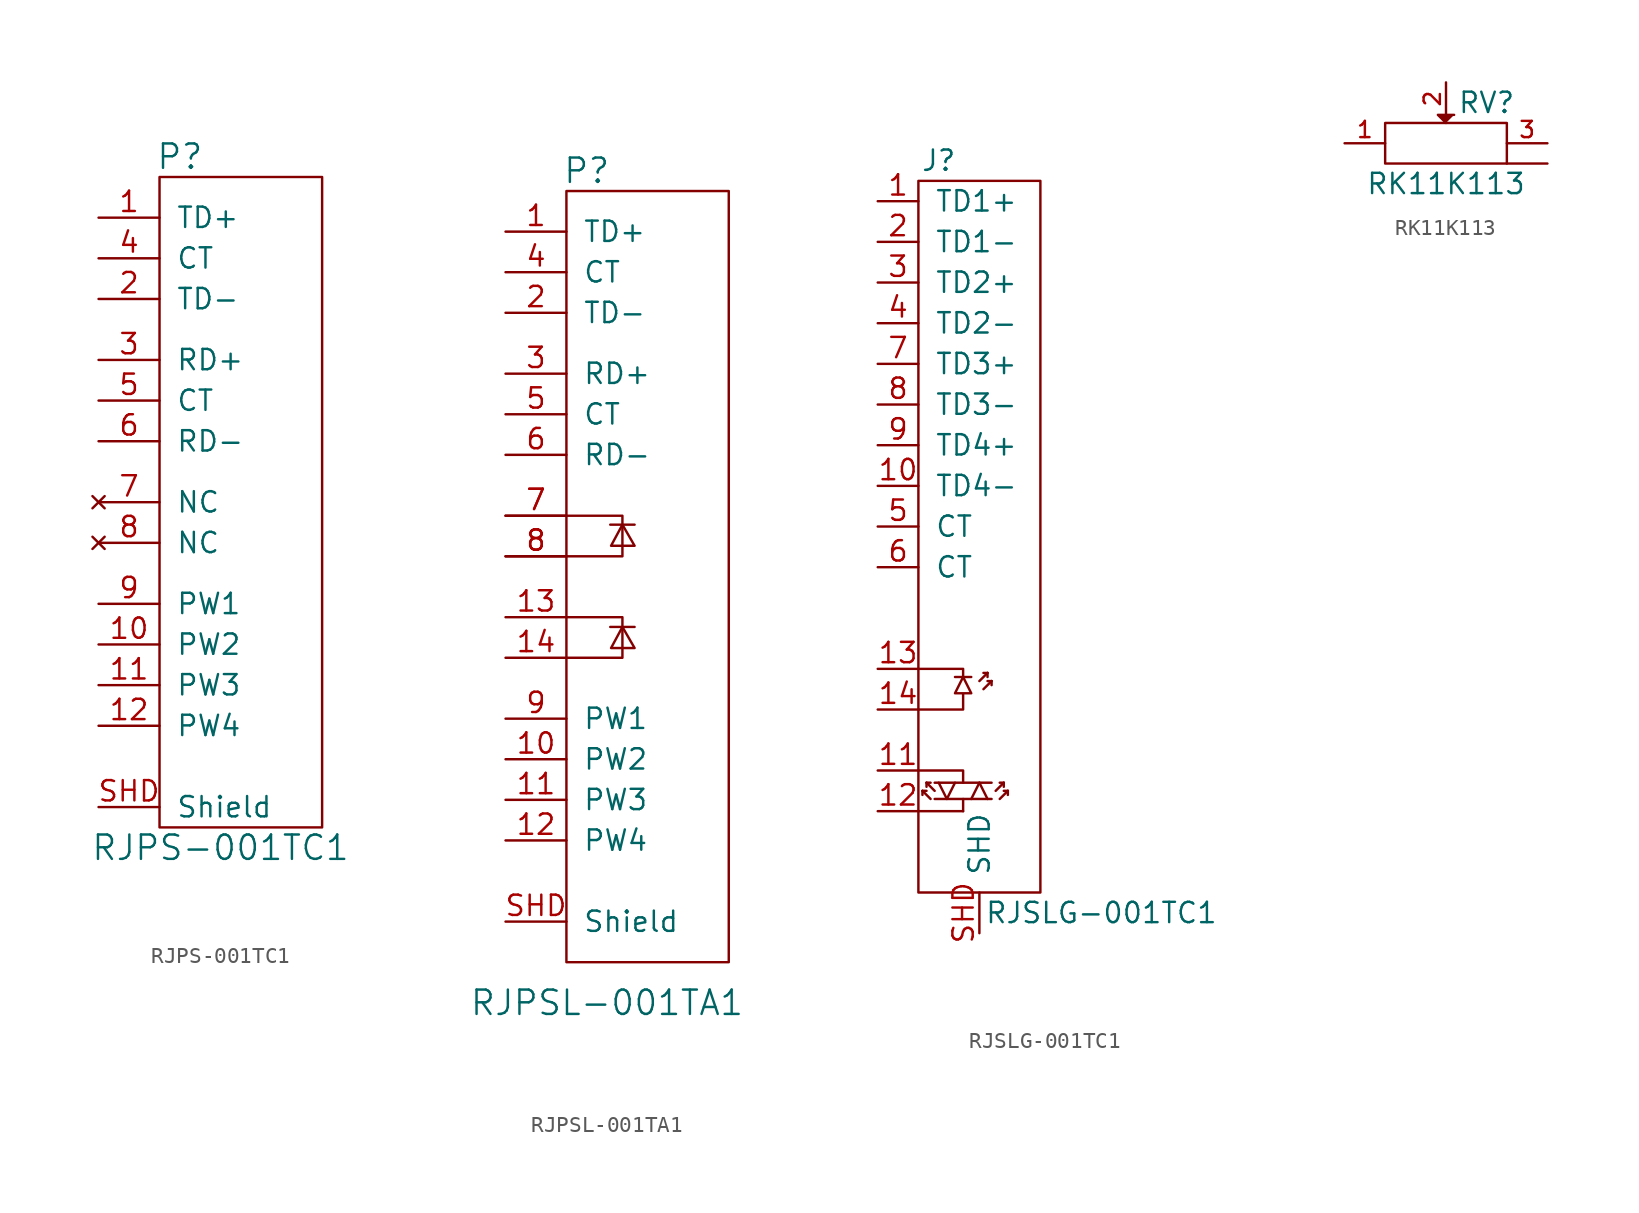
<source format=kicad_sym>
(kicad_symbol_lib
  (version 20210619)
  (generator kicad_symbol_editor)
  (symbol "tinkerforge:RJPS-001TC1"
    (pin_names
      (offset 1.016))
    (property "Reference" "P"
      (at -8.89 19.05 0)
      (effects (font (size 1.524 1.524))))
    (property "Value" "RJPS-001TC1"
      (at -6.35 -24.13 0)
      (effects (font (size 1.524 1.524))))
    (property "Footprint" ""
      (at 0 0 0)
      (effects (font (size 1.524 1.524))))
    (property "Datasheet" ""
      (at 0 0 0)
      (effects (font (size 1.524 1.524))))
    (symbol "RJPS-001TC1_0_1"
      (rectangle (start -10.16 17.78) (end 0 -22.86) (stroke (width 0)) (fill (type none))))
    (symbol "RJPS-001TC1_1_1"
      (pin passive line (at -13.97 15.24 0) (length 3.81) (name "TD+" (effects (font (size 1.27 1.27)))) (number "1" (effects (font (size 1.27 1.27)))))
      (pin passive line (at -13.97 -11.43 0) (length 3.81) (name "PW2" (effects (font (size 1.27 1.27)))) (number "10" (effects (font (size 1.27 1.27)))))
      (pin passive line (at -13.97 -13.97 0) (length 3.81) (name "PW3" (effects (font (size 1.27 1.27)))) (number "11" (effects (font (size 1.27 1.27)))))
      (pin passive line (at -13.97 -16.51 0) (length 3.81) (name "PW4" (effects (font (size 1.27 1.27)))) (number "12" (effects (font (size 1.27 1.27)))))
      (pin passive line (at -13.97 10.16 0) (length 3.81) (name "TD-" (effects (font (size 1.27 1.27)))) (number "2" (effects (font (size 1.27 1.27)))))
      (pin passive line (at -13.97 6.35 0) (length 3.81) (name "RD+" (effects (font (size 1.27 1.27)))) (number "3" (effects (font (size 1.27 1.27)))))
      (pin passive line (at -13.97 12.7 0) (length 3.81) (name "CT" (effects (font (size 1.27 1.27)))) (number "4" (effects (font (size 1.27 1.27)))))
      (pin passive line (at -13.97 3.81 0) (length 3.81) (name "CT" (effects (font (size 1.27 1.27)))) (number "5" (effects (font (size 1.27 1.27)))))
      (pin passive line (at -13.97 1.27 0) (length 3.81) (name "RD-" (effects (font (size 1.27 1.27)))) (number "6" (effects (font (size 1.27 1.27)))))
      (pin no_connect line (at -13.97 -2.54 0) (length 3.81) (name "NC" (effects (font (size 1.27 1.27)))) (number "7" (effects (font (size 1.27 1.27)))))
      (pin no_connect line (at -13.97 -5.08 0) (length 3.81) (name "NC" (effects (font (size 1.27 1.27)))) (number "8" (effects (font (size 1.27 1.27)))))
      (pin passive line (at -13.97 -8.89 0) (length 3.81) (name "PW1" (effects (font (size 1.27 1.27)))) (number "9" (effects (font (size 1.27 1.27)))))
      (pin passive line (at -13.97 -21.59 0) (length 3.81) (name "Shield" (effects (font (size 1.27 1.27)))) (number "SHD" (effects (font (size 1.27 1.27)))))))
  (symbol "tinkerforge:RJPSL-001TA1"
    (pin_names
      (offset 1.016))
    (property "Reference" "P"
      (at -8.89 19.05 0)
      (effects (font (size 1.524 1.524))))
    (property "Value" "RJPSL-001TA1"
      (at -7.62 -33.02 0)
      (effects (font (size 1.524 1.524))))
    (property "Footprint" ""
      (at 0 0 0)
      (effects (font (size 1.524 1.524))))
    (property "Datasheet" ""
      (at 0 0 0)
      (effects (font (size 1.524 1.524))))
    (symbol "RJPSL-001TA1_0_1"
      (rectangle (start -10.16 17.78) (end 0 -30.48) (stroke (width 0)) (fill (type none)))
      (polyline (pts (xy -7.417 -9.5) (xy -5.893 -9.5)) (stroke (width 0)) (fill (type none)))
      (polyline (pts (xy -7.417 -3.099) (xy -5.893 -3.099)) (stroke (width 0)) (fill (type none)))
      (polyline (pts (xy -10.16 -8.89) (xy -6.655 -8.89) (xy -6.655 -11.43) (xy -10.16 -11.43)) (stroke (width 0)) (fill (type none)))
      (polyline (pts (xy -10.16 -2.54) (xy -6.655 -2.54) (xy -6.655 -5.08) (xy -10.16 -5.08)) (stroke (width 0)) (fill (type none)))
      (polyline (pts (xy -6.655 -9.5) (xy -7.366 -10.82) (xy -5.893 -10.82) (xy -6.655 -9.5)) (stroke (width 0)) (fill (type none)))
      (polyline (pts (xy -6.655 -3.099) (xy -7.366 -4.42) (xy -5.893 -4.42) (xy -6.655 -3.099)) (stroke (width 0)) (fill (type none))))
    (symbol "RJPSL-001TA1_1_1"
      (pin passive line (at -13.97 15.24 0) (length 3.81) (name "TD+" (effects (font (size 1.27 1.27)))) (number "1" (effects (font (size 1.27 1.27)))))
      (pin passive line (at -13.97 -17.78 0) (length 3.81) (name "PW2" (effects (font (size 1.27 1.27)))) (number "10" (effects (font (size 1.27 1.27)))))
      (pin passive line (at -13.97 -20.32 0) (length 3.81) (name "PW3" (effects (font (size 1.27 1.27)))) (number "11" (effects (font (size 1.27 1.27)))))
      (pin passive line (at -13.97 -22.86 0) (length 3.81) (name "PW4" (effects (font (size 1.27 1.27)))) (number "12" (effects (font (size 1.27 1.27)))))
      (pin passive line (at -13.97 -8.89 0) (length 3.81) (name "~" (effects (font (size 1.27 1.27)))) (number "13" (effects (font (size 1.27 1.27)))))
      (pin passive line (at -13.97 -11.43 0) (length 3.81) (name "~" (effects (font (size 1.27 1.27)))) (number "14" (effects (font (size 1.27 1.27)))))
      (pin passive line (at -13.97 10.16 0) (length 3.81) (name "TD-" (effects (font (size 1.27 1.27)))) (number "2" (effects (font (size 1.27 1.27)))))
      (pin passive line (at -13.97 6.35 0) (length 3.81) (name "RD+" (effects (font (size 1.27 1.27)))) (number "3" (effects (font (size 1.27 1.27)))))
      (pin passive line (at -13.97 12.7 0) (length 3.81) (name "CT" (effects (font (size 1.27 1.27)))) (number "4" (effects (font (size 1.27 1.27)))))
      (pin passive line (at -13.97 3.81 0) (length 3.81) (name "CT" (effects (font (size 1.27 1.27)))) (number "5" (effects (font (size 1.27 1.27)))))
      (pin passive line (at -13.97 1.27 0) (length 3.81) (name "RD-" (effects (font (size 1.27 1.27)))) (number "6" (effects (font (size 1.27 1.27)))))
      (pin passive line (at -13.97 -2.54 0) (length 3.81) (name "~" (effects (font (size 1.27 1.27)))) (number "7" (effects (font (size 1.27 1.27)))))
      (pin passive line (at -13.97 -2.54 0) (length 3.81) (name "~" (effects (font (size 1.27 1.27)))) (number "7" (effects (font (size 1.27 1.27)))))
      (pin passive line (at -13.97 -5.08 0) (length 3.81) (name "~" (effects (font (size 1.27 1.27)))) (number "8" (effects (font (size 1.27 1.27)))))
      (pin passive line (at -13.97 -5.08 0) (length 3.81) (name "~" (effects (font (size 1.27 1.27)))) (number "8" (effects (font (size 1.27 1.27)))))
      (pin passive line (at -13.97 -15.24 0) (length 3.81) (name "PW1" (effects (font (size 1.27 1.27)))) (number "9" (effects (font (size 1.27 1.27)))))
      (pin passive line (at -13.97 -27.94 0) (length 3.81) (name "Shield" (effects (font (size 1.27 1.27)))) (number "SHD" (effects (font (size 1.27 1.27)))))))
  (symbol "tinkerforge:RJSLG-001TC1"
    (pin_names
      (offset 1.016))
    (property "Reference" "J"
      (at -2.54 13.97 0)
      (effects (font (size 1.27 1.27))))
    (property "Value" "RJSLG-001TC1"
      (at 7.62 -33.02 0)
      (effects (font (size 1.27 1.27))))
    (symbol "RJSLG-001TC1_0_1"
      (rectangle (start 3.81 -31.75) (end -3.81 12.7) (stroke (width 0)) (fill (type none)))
      (polyline (pts (xy -3.81 -26.67) (xy -1.016 -26.67)) (stroke (width 0)) (fill (type none)))
      (polyline (pts (xy -3.556 -25.4) (xy -3.556 -25.654)) (stroke (width 0)) (fill (type none)))
      (polyline (pts (xy -3.556 -25.4) (xy -3.302 -25.4)) (stroke (width 0)) (fill (type none)))
      (polyline (pts (xy -3.302 -24.892) (xy -3.302 -25.146)) (stroke (width 0)) (fill (type none)))
      (polyline (pts (xy -3.302 -24.892) (xy -3.048 -24.892)) (stroke (width 0)) (fill (type none)))
      (polyline (pts (xy -3.048 -25.908) (xy -3.556 -25.4)) (stroke (width 0)) (fill (type none)))
      (polyline (pts (xy -2.794 -25.908) (xy 0.762 -25.908)) (stroke (width 0)) (fill (type none)))
      (polyline (pts (xy -2.794 -25.4) (xy -3.302 -24.892)) (stroke (width 0)) (fill (type none)))
      (polyline (pts (xy -1.524 -18.288) (xy -0.508 -18.288)) (stroke (width 0)) (fill (type none)))
      (polyline (pts (xy -1.016 -26.67) (xy -1.016 -25.908)) (stroke (width 0)) (fill (type none)))
      (polyline (pts (xy -1.016 -24.892) (xy 0.762 -24.892)) (stroke (width 0)) (fill (type none)))
      (polyline (pts (xy 0 -24.892) (xy -0.508 -25.908)) (stroke (width 0)) (fill (type none)))
      (polyline (pts (xy 0 -24.892) (xy 0.508 -25.908)) (stroke (width 0)) (fill (type none)))
      (polyline (pts (xy 0 -18.542) (xy 0.508 -18.034)) (stroke (width 0)) (fill (type none)))
      (polyline (pts (xy 0.254 -19.05) (xy 0.762 -18.542)) (stroke (width 0)) (fill (type none)))
      (polyline (pts (xy 0.254 -18.034) (xy 0.508 -18.034)) (stroke (width 0)) (fill (type none)))
      (polyline (pts (xy 0.508 -18.542) (xy 0.762 -18.542)) (stroke (width 0)) (fill (type none)))
      (polyline (pts (xy 0.508 -18.034) (xy 0.508 -18.288)) (stroke (width 0)) (fill (type none)))
      (polyline (pts (xy 0.762 -18.542) (xy 0.762 -18.796)) (stroke (width 0)) (fill (type none)))
      (polyline (pts (xy 1.016 -25.4) (xy 1.524 -24.892)) (stroke (width 0)) (fill (type none)))
      (polyline (pts (xy 1.27 -25.908) (xy 1.778 -25.4)) (stroke (width 0)) (fill (type none)))
      (polyline (pts (xy 1.27 -24.892) (xy 1.524 -24.892)) (stroke (width 0)) (fill (type none)))
      (polyline (pts (xy 1.524 -25.4) (xy 1.778 -25.4)) (stroke (width 0)) (fill (type none)))
      (polyline (pts (xy 1.524 -24.892) (xy 1.524 -25.146)) (stroke (width 0)) (fill (type none)))
      (polyline (pts (xy 1.778 -25.4) (xy 1.778 -25.654)) (stroke (width 0)) (fill (type none)))
      (polyline (pts (xy -3.81 -17.78) (xy -1.016 -17.78) (xy -1.016 -18.288)) (stroke (width 0)) (fill (type none)))
      (polyline (pts (xy -2.54 -24.892) (xy -2.032 -25.908) (xy -1.524 -24.892)) (stroke (width 0)) (fill (type none)))
      (polyline (pts (xy -3.81 -24.13) (xy -1.016 -24.13) (xy -1.016 -24.892) (xy -2.794 -24.892)) (stroke (width 0)) (fill (type none)))
      (polyline (pts (xy -3.81 -20.32) (xy -1.016 -20.32) (xy -1.016 -19.304) (xy -1.524 -19.304) (xy -1.016 -18.288) (xy -0.508 -19.304) (xy -1.016 -19.304)) (stroke (width 0)) (fill (type none))))
    (symbol "RJSLG-001TC1_1_1"
      (pin passive line (at -6.35 11.43 0) (length 2.54) (name "TD1+" (effects (font (size 1.27 1.27)))) (number "1" (effects (font (size 1.27 1.27)))))
      (pin passive line (at -6.35 -6.35 0) (length 2.54) (name "TD4-" (effects (font (size 1.27 1.27)))) (number "10" (effects (font (size 1.27 1.27)))))
      (pin passive line (at -6.35 -24.13 0) (length 2.54) (name "~" (effects (font (size 1.27 1.27)))) (number "11" (effects (font (size 1.27 1.27)))))
      (pin passive line (at -6.35 -26.67 0) (length 2.54) (name "~" (effects (font (size 1.27 1.27)))) (number "12" (effects (font (size 1.27 1.27)))))
      (pin passive line (at -6.35 -17.78 0) (length 2.54) (name "~" (effects (font (size 1.27 1.27)))) (number "13" (effects (font (size 1.27 1.27)))))
      (pin passive line (at -6.35 -20.32 0) (length 2.54) (name "~" (effects (font (size 1.27 1.27)))) (number "14" (effects (font (size 1.27 1.27)))))
      (pin passive line (at -6.35 8.89 0) (length 2.54) (name "TD1-" (effects (font (size 1.27 1.27)))) (number "2" (effects (font (size 1.27 1.27)))))
      (pin passive line (at -6.35 6.35 0) (length 2.54) (name "TD2+" (effects (font (size 1.27 1.27)))) (number "3" (effects (font (size 1.27 1.27)))))
      (pin passive line (at -6.35 3.81 0) (length 2.54) (name "TD2-" (effects (font (size 1.27 1.27)))) (number "4" (effects (font (size 1.27 1.27)))))
      (pin passive line (at -6.35 -8.89 0) (length 2.54) (name "CT" (effects (font (size 1.27 1.27)))) (number "5" (effects (font (size 1.27 1.27)))))
      (pin passive line (at -6.35 -11.43 0) (length 2.54) (name "CT" (effects (font (size 1.27 1.27)))) (number "6" (effects (font (size 1.27 1.27)))))
      (pin passive line (at -6.35 1.27 0) (length 2.54) (name "TD3+" (effects (font (size 1.27 1.27)))) (number "7" (effects (font (size 1.27 1.27)))))
      (pin passive line (at -6.35 -1.27 0) (length 2.54) (name "TD3-" (effects (font (size 1.27 1.27)))) (number "8" (effects (font (size 1.27 1.27)))))
      (pin passive line (at -6.35 -3.81 0) (length 2.54) (name "TD4+" (effects (font (size 1.27 1.27)))) (number "9" (effects (font (size 1.27 1.27)))))
      (pin passive line (at 0 -34.29 90) (length 2.54) (name "SHD" (effects (font (size 1.27 1.27)))) (number "SHD" (effects (font (size 1.27 1.27)))))))
  (symbol "tinkerforge:RK11K113"
    (pin_names
      (offset 1.016) hide)
    (property "Reference" "RV"
      (at 2.54 2.54 0)
      (effects (font (size 1.27 1.27))))
    (property "Value" "RK11K113"
      (at 0 -2.54 0)
      (effects (font (size 1.27 1.27))))
    (property "Footprint" ""
      (at 0 0 0)
      (effects (font (size 1.524 1.524))))
    (property "Datasheet" ""
      (at 0 0 0)
      (effects (font (size 1.524 1.524))))
    (symbol "RK11K113_0_1"
      (rectangle (start -3.81 1.27) (end 3.81 -1.27) (stroke (width 0)) (fill (type none)))
      (polyline (pts (xy 0 1.27) (xy -0.508 1.778) (xy 0.508 1.778)) (stroke (width 0)) (fill (type outline))))
    (symbol "RK11K113_1_1"
      (pin passive line (at -6.35 0 0) (length 2.54) (name "1" (effects (font (size 1.016 1.016)))) (number "1" (effects (font (size 1.016 1.016)))))
      (pin passive line (at 0 3.81 270) (length 2.032) (name "2" (effects (font (size 1.016 1.016)))) (number "2" (effects (font (size 1.016 1.016)))))
      (pin passive line (at 6.35 0 180) (length 2.54) (name "3" (effects (font (size 1.016 1.016)))) (number "3" (effects (font (size 1.016 1.016)))))
      (pin passive line (at 6.35 -1.27 180) (length 2.54) (name "4" (effects (font (size 1.27 1.27)))) (number "~" (effects (font (size 1.27 1.27))))))))
</source>
